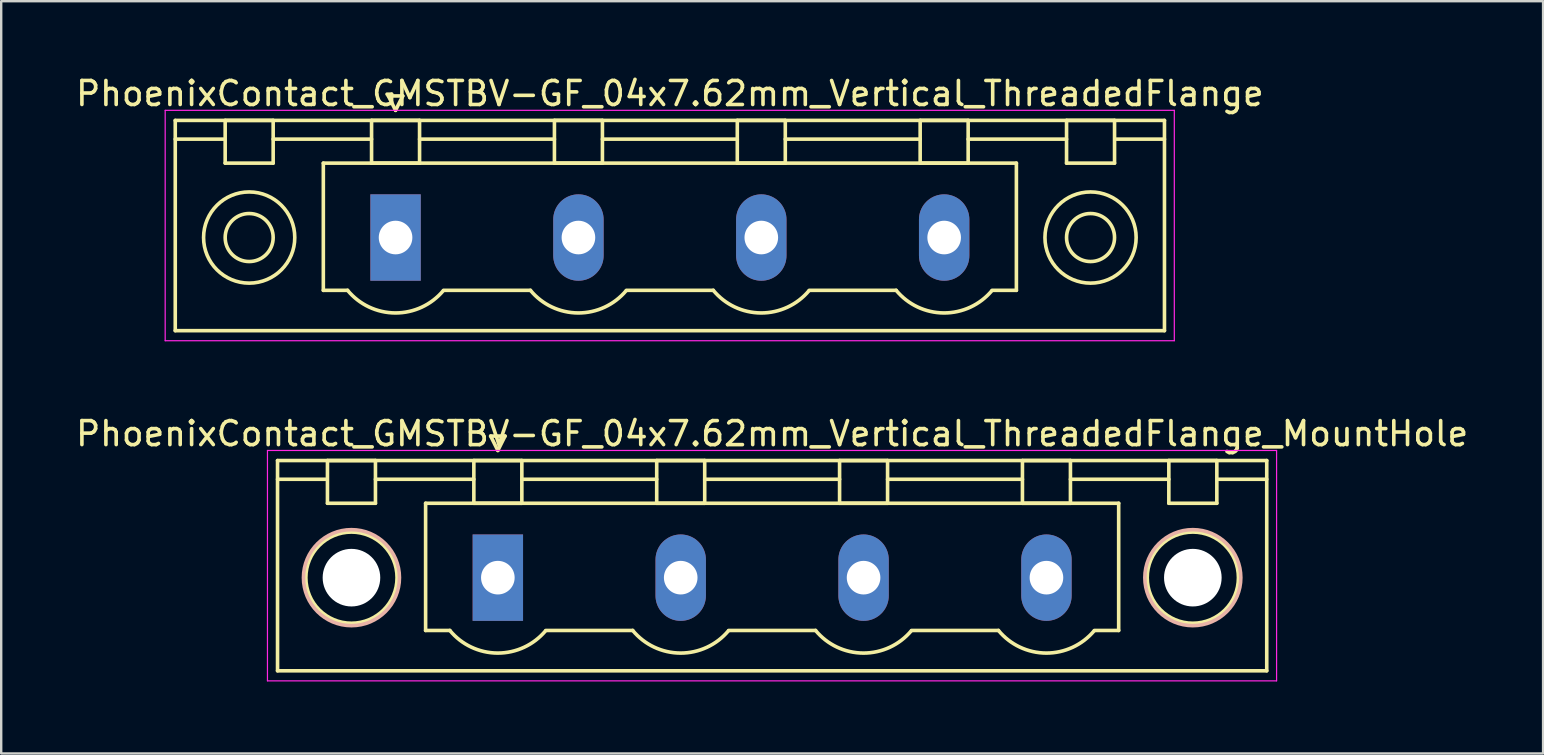
<source format=kicad_pcb>
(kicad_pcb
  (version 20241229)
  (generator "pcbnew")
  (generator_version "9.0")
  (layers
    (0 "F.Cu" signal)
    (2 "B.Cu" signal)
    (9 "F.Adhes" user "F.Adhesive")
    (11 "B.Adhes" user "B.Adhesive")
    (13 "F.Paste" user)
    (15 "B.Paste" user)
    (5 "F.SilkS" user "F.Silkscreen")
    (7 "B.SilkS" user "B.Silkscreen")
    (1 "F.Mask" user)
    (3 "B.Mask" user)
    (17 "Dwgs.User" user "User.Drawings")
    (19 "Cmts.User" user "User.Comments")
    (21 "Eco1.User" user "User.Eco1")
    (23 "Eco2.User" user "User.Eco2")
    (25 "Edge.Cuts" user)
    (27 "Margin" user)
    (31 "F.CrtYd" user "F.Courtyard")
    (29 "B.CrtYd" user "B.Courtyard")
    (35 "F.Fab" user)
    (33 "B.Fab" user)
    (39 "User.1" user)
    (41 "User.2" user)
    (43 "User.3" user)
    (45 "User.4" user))
  (footprint "PhoenixContact_GMSTBV-GF_04x7.62mm_Vertical_ThreadedFlange"
    (layer "F.Cu")
    (at 13.433 6.848)
    (property "Reference" "PhoenixContact_GMSTBV-GF_04x7.62mm_Vertical_ThreadedFlange" (at 11.43 -6 0) (layer "F.SilkS") (effects (font (size 1 1) (thickness 0.15))))
    (attr through_hole)
    (fp_line (start -9.18 -4.88) (end -9.18 3.88) (stroke (width 0.15) (type solid)) (layer "F.SilkS"))
    (fp_line (start -9.18 -4.1) (end -7.18 -4.1) (stroke (width 0.15) (type solid)) (layer "F.SilkS"))
    (fp_line (start -9.18 3.88) (end 32.04 3.88) (stroke (width 0.15) (type solid)) (layer "F.SilkS"))
    (fp_line (start -7.1 -4.88) (end -5.1 -4.88) (stroke (width 0.15) (type solid)) (layer "F.SilkS"))
    (fp_line (start -7.1 -3.1) (end -7.1 -4.88) (stroke (width 0.15) (type solid)) (layer "F.SilkS"))
    (fp_line (start -5.1 -4.88) (end -5.1 -3.1) (stroke (width 0.15) (type solid)) (layer "F.SilkS"))
    (fp_line (start -5.1 -4.1) (end -1 -4.1) (stroke (width 0.15) (type solid)) (layer "F.SilkS"))
    (fp_line (start -5.1 -3.1) (end -7.1 -3.1) (stroke (width 0.15) (type solid)) (layer "F.SilkS"))
    (fp_line (start -3.01 -3.1) (end 25.87 -3.1) (stroke (width 0.15) (type solid)) (layer "F.SilkS"))
    (fp_line (start -3.01 2.2) (end -3.01 -3.1) (stroke (width 0.15) (type solid)) (layer "F.SilkS"))
    (fp_line (start -2 2.2) (end -3.01 2.2) (stroke (width 0.15) (type solid)) (layer "F.SilkS"))
    (fp_line (start -1 -4.88) (end 1 -4.88) (stroke (width 0.15) (type solid)) (layer "F.SilkS"))
    (fp_line (start -1 -3.1) (end -1 -4.88) (stroke (width 0.15) (type solid)) (layer "F.SilkS"))
    (fp_line (start -0.3 -5.9) (end 0 -5.3) (stroke (width 0.15) (type solid)) (layer "F.SilkS"))
    (fp_line (start 0 -5.3) (end 0.3 -5.9) (stroke (width 0.15) (type solid)) (layer "F.SilkS"))
    (fp_line (start 0.3 -5.9) (end -0.3 -5.9) (stroke (width 0.15) (type solid)) (layer "F.SilkS"))
    (fp_line (start 1 -4.88) (end 1 -3.1) (stroke (width 0.15) (type solid)) (layer "F.SilkS"))
    (fp_line (start 1 -4.1) (end 6.62 -4.1) (stroke (width 0.15) (type solid)) (layer "F.SilkS"))
    (fp_line (start 1 -3.1) (end -1 -3.1) (stroke (width 0.15) (type solid)) (layer "F.SilkS"))
    (fp_line (start 2 2.2) (end 5.62 2.2) (stroke (width 0.15) (type solid)) (layer "F.SilkS"))
    (fp_line (start 6.62 -4.88) (end 8.62 -4.88) (stroke (width 0.15) (type solid)) (layer "F.SilkS"))
    (fp_line (start 6.62 -3.1) (end 6.62 -4.88) (stroke (width 0.15) (type solid)) (layer "F.SilkS"))
    (fp_line (start 8.62 -4.88) (end 8.62 -3.1) (stroke (width 0.15) (type solid)) (layer "F.SilkS"))
    (fp_line (start 8.62 -4.1) (end 14.24 -4.1) (stroke (width 0.15) (type solid)) (layer "F.SilkS"))
    (fp_line (start 8.62 -3.1) (end 6.62 -3.1) (stroke (width 0.15) (type solid)) (layer "F.SilkS"))
    (fp_line (start 9.62 2.2) (end 13.24 2.2) (stroke (width 0.15) (type solid)) (layer "F.SilkS"))
    (fp_line (start 14.24 -4.88) (end 16.24 -4.88) (stroke (width 0.15) (type solid)) (layer "F.SilkS"))
    (fp_line (start 14.24 -3.1) (end 14.24 -4.88) (stroke (width 0.15) (type solid)) (layer "F.SilkS"))
    (fp_line (start 16.24 -4.88) (end 16.24 -3.1) (stroke (width 0.15) (type solid)) (layer "F.SilkS"))
    (fp_line (start 16.24 -4.1) (end 21.86 -4.1) (stroke (width 0.15) (type solid)) (layer "F.SilkS"))
    (fp_line (start 16.24 -3.1) (end 14.24 -3.1) (stroke (width 0.15) (type solid)) (layer "F.SilkS"))
    (fp_line (start 17.24 2.2) (end 20.86 2.2) (stroke (width 0.15) (type solid)) (layer "F.SilkS"))
    (fp_line (start 21.86 -4.88) (end 23.86 -4.88) (stroke (width 0.15) (type solid)) (layer "F.SilkS"))
    (fp_line (start 21.86 -3.1) (end 21.86 -4.88) (stroke (width 0.15) (type solid)) (layer "F.SilkS"))
    (fp_line (start 23.86 -4.88) (end 23.86 -3.1) (stroke (width 0.15) (type solid)) (layer "F.SilkS"))
    (fp_line (start 23.86 -4.1) (end 27.96 -4.1) (stroke (width 0.15) (type solid)) (layer "F.SilkS"))
    (fp_line (start 23.86 -3.1) (end 21.86 -3.1) (stroke (width 0.15) (type solid)) (layer "F.SilkS"))
    (fp_line (start 25.87 -3.1) (end 25.87 2.2) (stroke (width 0.15) (type solid)) (layer "F.SilkS"))
    (fp_line (start 25.87 2.2) (end 24.86 2.2) (stroke (width 0.15) (type solid)) (layer "F.SilkS"))
    (fp_line (start 27.96 -4.88) (end 29.96 -4.88) (stroke (width 0.15) (type solid)) (layer "F.SilkS"))
    (fp_line (start 27.96 -3.1) (end 27.96 -4.88) (stroke (width 0.15) (type solid)) (layer "F.SilkS"))
    (fp_line (start 29.96 -4.88) (end 29.96 -3.1) (stroke (width 0.15) (type solid)) (layer "F.SilkS"))
    (fp_line (start 29.96 -3.1) (end 27.96 -3.1) (stroke (width 0.15) (type solid)) (layer "F.SilkS"))
    (fp_line (start 32.04 -4.88) (end -9.18 -4.88) (stroke (width 0.15) (type solid)) (layer "F.SilkS"))
    (fp_line (start 32.04 -4.1) (end 30.04 -4.1) (stroke (width 0.15) (type solid)) (layer "F.SilkS"))
    (fp_line (start 32.04 3.88) (end 32.04 -4.88) (stroke (width 0.15) (type solid)) (layer "F.SilkS"))
    (fp_arc (start 1.986842 2.215821) (mid -0.010289 3.142758) (end -2 2.2) (stroke (width 0.15) (type solid)) (layer "F.SilkS"))
    (fp_arc (start 9.606842 2.215821) (mid 7.609711 3.142758) (end 5.62 2.2) (stroke (width 0.15) (type solid)) (layer "F.SilkS"))
    (fp_arc (start 17.226842 2.215821) (mid 15.229711 3.142758) (end 13.24 2.2) (stroke (width 0.15) (type solid)) (layer "F.SilkS"))
    (fp_arc (start 24.846842 2.215821) (mid 22.849711 3.142758) (end 20.86 2.2) (stroke (width 0.15) (type solid)) (layer "F.SilkS"))
    (fp_circle (center -6.1 0) (end -5.1 0) (stroke (width 0.15) (type solid)) (fill no) (layer "F.SilkS"))
    (fp_circle (center -6.1 0) (end -4.2 0) (stroke (width 0.15) (type solid)) (fill no) (layer "F.SilkS"))
    (fp_circle (center 28.96 0) (end 29.96 0) (stroke (width 0.15) (type solid)) (fill no) (layer "F.SilkS"))
    (fp_circle (center 28.96 0) (end 30.86 0) (stroke (width 0.15) (type solid)) (fill no) (layer "F.SilkS"))
    (fp_line (start -9.6 -5.3) (end -9.6 4.3) (stroke (width 0.05) (type solid)) (layer "F.CrtYd"))
    (fp_line (start -9.6 4.3) (end 32.45 4.3) (stroke (width 0.05) (type solid)) (layer "F.CrtYd"))
    (fp_line (start 32.45 -5.3) (end -9.6 -5.3) (stroke (width 0.05) (type solid)) (layer "F.CrtYd"))
    (fp_line (start 32.45 4.3) (end 32.45 -5.3) (stroke (width 0.05) (type solid)) (layer "F.CrtYd"))
    (pad "1" thru_hole rect (at 0 0) (size 2.1 3.6) (drill 1.4) (layers "*.Cu" "*.Mask"))
    (pad "2" thru_hole oval (at 7.62 0) (size 2.1 3.6) (drill 1.4) (layers "*.Cu" "*.Mask"))
    (pad "3" thru_hole oval (at 15.24 0) (size 2.1 3.6) (drill 1.4) (layers "*.Cu" "*.Mask"))
    (pad "4" thru_hole oval (at 22.86 0) (size 2.1 3.6) (drill 1.4) (layers "*.Cu" "*.Mask")))
  (footprint "PhoenixContact_GMSTBV-GF_04x7.62mm_Vertical_ThreadedFlange_MountHole"
    (layer "F.Cu")
    (at 17.695 21.021)
    (property "Reference" "PhoenixContact_GMSTBV-GF_04x7.62mm_Vertical_ThreadedFlange_MountHole" (at 11.43 -6 0) (layer "F.SilkS") (effects (font (size 1 1) (thickness 0.15))))
    (attr through_hole)
    (fp_line (start -9.18 -4.88) (end -9.18 3.88) (stroke (width 0.15) (type solid)) (layer "F.SilkS"))
    (fp_line (start -9.18 -4.1) (end -7.18 -4.1) (stroke (width 0.15) (type solid)) (layer "F.SilkS"))
    (fp_line (start -9.18 3.88) (end 32.04 3.88) (stroke (width 0.15) (type solid)) (layer "F.SilkS"))
    (fp_line (start -7.1 -4.88) (end -5.1 -4.88) (stroke (width 0.15) (type solid)) (layer "F.SilkS"))
    (fp_line (start -7.1 -3.1) (end -7.1 -4.88) (stroke (width 0.15) (type solid)) (layer "F.SilkS"))
    (fp_line (start -5.1 -4.88) (end -5.1 -3.1) (stroke (width 0.15) (type solid)) (layer "F.SilkS"))
    (fp_line (start -5.1 -4.1) (end -1 -4.1) (stroke (width 0.15) (type solid)) (layer "F.SilkS"))
    (fp_line (start -5.1 -3.1) (end -7.1 -3.1) (stroke (width 0.15) (type solid)) (layer "F.SilkS"))
    (fp_line (start -3.01 -3.1) (end 25.87 -3.1) (stroke (width 0.15) (type solid)) (layer "F.SilkS"))
    (fp_line (start -3.01 2.2) (end -3.01 -3.1) (stroke (width 0.15) (type solid)) (layer "F.SilkS"))
    (fp_line (start -2 2.2) (end -3.01 2.2) (stroke (width 0.15) (type solid)) (layer "F.SilkS"))
    (fp_line (start -1 -4.88) (end 1 -4.88) (stroke (width 0.15) (type solid)) (layer "F.SilkS"))
    (fp_line (start -1 -3.1) (end -1 -4.88) (stroke (width 0.15) (type solid)) (layer "F.SilkS"))
    (fp_line (start -0.3 -5.9) (end 0 -5.3) (stroke (width 0.15) (type solid)) (layer "F.SilkS"))
    (fp_line (start 0 -5.3) (end 0.3 -5.9) (stroke (width 0.15) (type solid)) (layer "F.SilkS"))
    (fp_line (start 0.3 -5.9) (end -0.3 -5.9) (stroke (width 0.15) (type solid)) (layer "F.SilkS"))
    (fp_line (start 1 -4.88) (end 1 -3.1) (stroke (width 0.15) (type solid)) (layer "F.SilkS"))
    (fp_line (start 1 -4.1) (end 6.62 -4.1) (stroke (width 0.15) (type solid)) (layer "F.SilkS"))
    (fp_line (start 1 -3.1) (end -1 -3.1) (stroke (width 0.15) (type solid)) (layer "F.SilkS"))
    (fp_line (start 2 2.2) (end 5.62 2.2) (stroke (width 0.15) (type solid)) (layer "F.SilkS"))
    (fp_line (start 6.62 -4.88) (end 8.62 -4.88) (stroke (width 0.15) (type solid)) (layer "F.SilkS"))
    (fp_line (start 6.62 -3.1) (end 6.62 -4.88) (stroke (width 0.15) (type solid)) (layer "F.SilkS"))
    (fp_line (start 8.62 -4.88) (end 8.62 -3.1) (stroke (width 0.15) (type solid)) (layer "F.SilkS"))
    (fp_line (start 8.62 -4.1) (end 14.24 -4.1) (stroke (width 0.15) (type solid)) (layer "F.SilkS"))
    (fp_line (start 8.62 -3.1) (end 6.62 -3.1) (stroke (width 0.15) (type solid)) (layer "F.SilkS"))
    (fp_line (start 9.62 2.2) (end 13.24 2.2) (stroke (width 0.15) (type solid)) (layer "F.SilkS"))
    (fp_line (start 14.24 -4.88) (end 16.24 -4.88) (stroke (width 0.15) (type solid)) (layer "F.SilkS"))
    (fp_line (start 14.24 -3.1) (end 14.24 -4.88) (stroke (width 0.15) (type solid)) (layer "F.SilkS"))
    (fp_line (start 16.24 -4.88) (end 16.24 -3.1) (stroke (width 0.15) (type solid)) (layer "F.SilkS"))
    (fp_line (start 16.24 -4.1) (end 21.86 -4.1) (stroke (width 0.15) (type solid)) (layer "F.SilkS"))
    (fp_line (start 16.24 -3.1) (end 14.24 -3.1) (stroke (width 0.15) (type solid)) (layer "F.SilkS"))
    (fp_line (start 17.24 2.2) (end 20.86 2.2) (stroke (width 0.15) (type solid)) (layer "F.SilkS"))
    (fp_line (start 21.86 -4.88) (end 23.86 -4.88) (stroke (width 0.15) (type solid)) (layer "F.SilkS"))
    (fp_line (start 21.86 -3.1) (end 21.86 -4.88) (stroke (width 0.15) (type solid)) (layer "F.SilkS"))
    (fp_line (start 23.86 -4.88) (end 23.86 -3.1) (stroke (width 0.15) (type solid)) (layer "F.SilkS"))
    (fp_line (start 23.86 -4.1) (end 27.96 -4.1) (stroke (width 0.15) (type solid)) (layer "F.SilkS"))
    (fp_line (start 23.86 -3.1) (end 21.86 -3.1) (stroke (width 0.15) (type solid)) (layer "F.SilkS"))
    (fp_line (start 25.87 -3.1) (end 25.87 2.2) (stroke (width 0.15) (type solid)) (layer "F.SilkS"))
    (fp_line (start 25.87 2.2) (end 24.86 2.2) (stroke (width 0.15) (type solid)) (layer "F.SilkS"))
    (fp_line (start 27.96 -4.88) (end 29.96 -4.88) (stroke (width 0.15) (type solid)) (layer "F.SilkS"))
    (fp_line (start 27.96 -3.1) (end 27.96 -4.88) (stroke (width 0.15) (type solid)) (layer "F.SilkS"))
    (fp_line (start 29.96 -4.88) (end 29.96 -3.1) (stroke (width 0.15) (type solid)) (layer "F.SilkS"))
    (fp_line (start 29.96 -3.1) (end 27.96 -3.1) (stroke (width 0.15) (type solid)) (layer "F.SilkS"))
    (fp_line (start 32.04 -4.88) (end -9.18 -4.88) (stroke (width 0.15) (type solid)) (layer "F.SilkS"))
    (fp_line (start 32.04 -4.1) (end 30.04 -4.1) (stroke (width 0.15) (type solid)) (layer "F.SilkS"))
    (fp_line (start 32.04 3.88) (end 32.04 -4.88) (stroke (width 0.15) (type solid)) (layer "F.SilkS"))
    (fp_arc (start 1.986842 2.215821) (mid -0.010289 3.142758) (end -2 2.2) (stroke (width 0.15) (type solid)) (layer "F.SilkS"))
    (fp_arc (start 9.606842 2.215821) (mid 7.609711 3.142758) (end 5.62 2.2) (stroke (width 0.15) (type solid)) (layer "F.SilkS"))
    (fp_arc (start 17.226842 2.215821) (mid 15.229711 3.142758) (end 13.24 2.2) (stroke (width 0.15) (type solid)) (layer "F.SilkS"))
    (fp_arc (start 24.846842 2.215821) (mid 22.849711 3.142758) (end 20.86 2.2) (stroke (width 0.15) (type solid)) (layer "F.SilkS"))
    (fp_circle (center -6.1 0) (end -4.2 0) (stroke (width 0.15) (type solid)) (fill no) (layer "F.SilkS"))
    (fp_circle (center 28.96 0) (end 30.86 0) (stroke (width 0.15) (type solid)) (fill no) (layer "F.SilkS"))
    (fp_circle (center -6.1 0) (end -4.1 0) (stroke (width 0.15) (type solid)) (fill no) (layer "B.SilkS"))
    (fp_circle (center 28.96 0) (end 30.96 0) (stroke (width 0.15) (type solid)) (fill no) (layer "B.SilkS"))
    (fp_line (start -9.6 -5.3) (end -9.6 4.3) (stroke (width 0.05) (type solid)) (layer "F.CrtYd"))
    (fp_line (start -9.6 4.3) (end 32.45 4.3) (stroke (width 0.05) (type solid)) (layer "F.CrtYd"))
    (fp_line (start 32.45 -5.3) (end -9.6 -5.3) (stroke (width 0.05) (type solid)) (layer "F.CrtYd"))
    (fp_line (start 32.45 4.3) (end 32.45 -5.3) (stroke (width 0.05) (type solid)) (layer "F.CrtYd"))
    (pad "" np_thru_hole circle (at -6.1 0) (size 2.4 2.4) (drill 2.4) (layers "*.Cu" "*.Mask"))
    (pad "" np_thru_hole circle (at 28.96 0) (size 2.4 2.4) (drill 2.4) (layers "*.Cu" "*.Mask"))
    (pad "1" thru_hole rect (at 0 0) (size 2.1 3.6) (drill 1.4) (layers "*.Cu" "*.Mask"))
    (pad "2" thru_hole oval (at 7.62 0) (size 2.1 3.6) (drill 1.4) (layers "*.Cu" "*.Mask"))
    (pad "3" thru_hole oval (at 15.24 0) (size 2.1 3.6) (drill 1.4) (layers "*.Cu" "*.Mask"))
    (pad "4" thru_hole oval (at 22.86 0) (size 2.1 3.6) (drill 1.4) (layers "*.Cu" "*.Mask")))
  (gr_rect
    (start -3 -3)
    (end 61.25 28.346)
    (stroke (width 0.1) (type default))
    (fill no)
    (layer "Edge.Cuts")))
</source>
